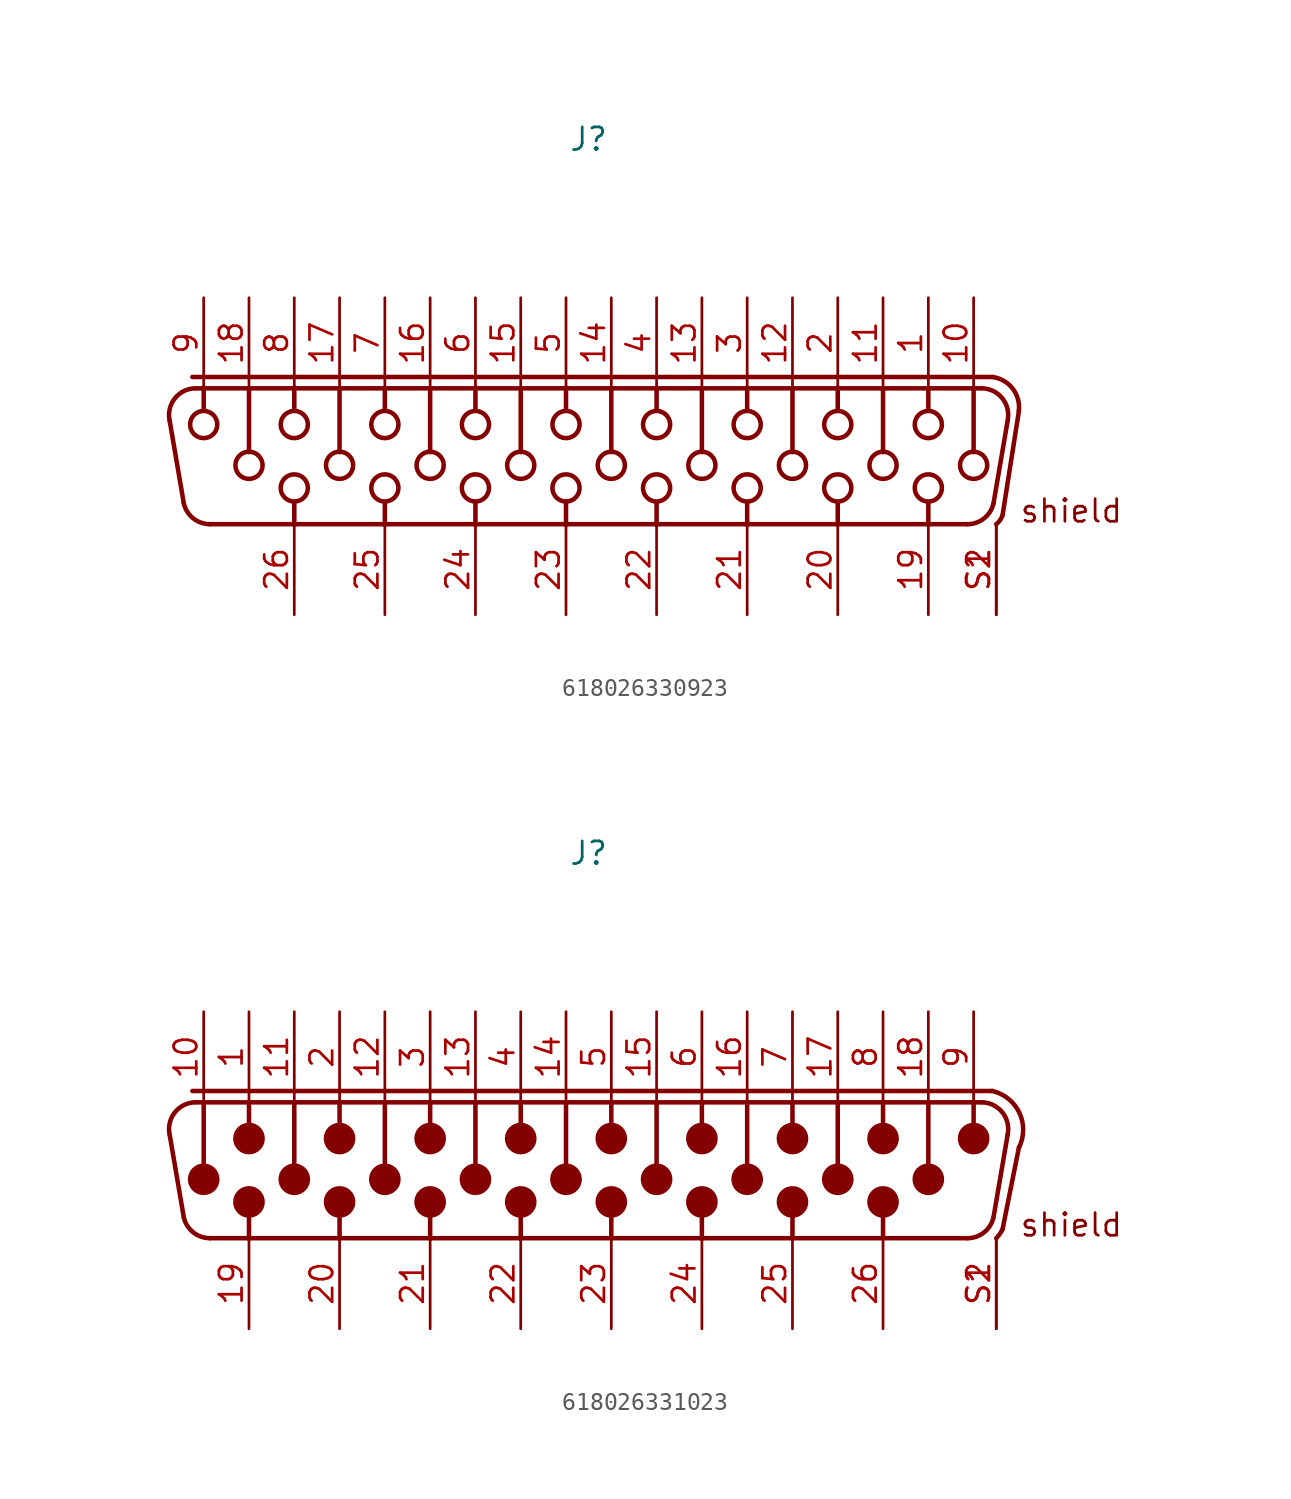
<source format=kicad_sym>
(kicad_symbol_lib
  (version 20241209)
  (generator "kicad_symbol_editor")
  (generator_version "9.0")
  (symbol "618026330923"
    (pin_names
      (hide yes))
    (property "Reference" "J"
      (at 0 17.78 0)
      (effects (font (size 1.27 1.27))))
    (symbol "618026330923_1_0"
      (polyline (pts (xy -22.703 -2.655) (xy -23.494 1.965)) (stroke (width 0.254) (type solid)) (fill (type none)))
      (polyline (pts (xy -22.225 4.445) (xy 22.63 4.445)) (stroke (width 0.254) (type solid)) (fill (type none)))
      (polyline (pts (xy -22.034 3.81) (xy 22.034 3.81)) (stroke (width 0.254) (type solid)) (fill (type none)))
      (arc (start -23.4942 1.965) (mid -23.2107 3.2407) (end -22.0343 3.81) (stroke (width 0.254) (type solid)) (fill (type none)))
      (polyline (pts (xy -21.59 3.85) (xy -21.59 2.57)) (stroke (width 0.254) (type solid)) (fill (type none)))
      (circle (center -21.59 1.778) (radius 0.762) (stroke (width 0.254) (type solid)) (fill (type none)))
      (arc (start -21.243 -3.81) (mid -22.1738 -3.4862) (end -22.7028 -2.6547) (stroke (width 0.254) (type solid)) (fill (type none)))
      (polyline (pts (xy -19.05 3.81) (xy -19.05 0.23)) (stroke (width 0.254) (type solid)) (fill (type none)))
      (circle (center -19.05 -0.508) (radius 0.762) (stroke (width 0.254) (type solid)) (fill (type none)))
      (polyline (pts (xy -16.51 3.85) (xy -16.51 2.57)) (stroke (width 0.254) (type solid)) (fill (type none)))
      (circle (center -16.51 1.778) (radius 0.762) (stroke (width 0.254) (type solid)) (fill (type none)))
      (circle (center -16.51 -1.778) (radius 0.762) (stroke (width 0.254) (type solid)) (fill (type none)))
      (polyline (pts (xy -16.51 -3.85) (xy -16.51 -2.57)) (stroke (width 0.254) (type solid)) (fill (type none)))
      (polyline (pts (xy -13.97 3.81) (xy -13.97 0.23)) (stroke (width 0.254) (type solid)) (fill (type none)))
      (circle (center -13.97 -0.508) (radius 0.762) (stroke (width 0.254) (type solid)) (fill (type none)))
      (polyline (pts (xy -11.43 3.85) (xy -11.43 2.57)) (stroke (width 0.254) (type solid)) (fill (type none)))
      (circle (center -11.43 1.778) (radius 0.762) (stroke (width 0.254) (type solid)) (fill (type none)))
      (circle (center -11.43 -1.778) (radius 0.762) (stroke (width 0.254) (type solid)) (fill (type none)))
      (polyline (pts (xy -11.43 -3.85) (xy -11.43 -2.57)) (stroke (width 0.254) (type solid)) (fill (type none)))
      (polyline (pts (xy -8.89 3.81) (xy -8.89 0.23)) (stroke (width 0.254) (type solid)) (fill (type none)))
      (circle (center -8.89 -0.508) (radius 0.762) (stroke (width 0.254) (type solid)) (fill (type none)))
      (polyline (pts (xy -6.35 3.85) (xy -6.35 2.57)) (stroke (width 0.254) (type solid)) (fill (type none)))
      (circle (center -6.35 1.778) (radius 0.762) (stroke (width 0.254) (type solid)) (fill (type none)))
      (circle (center -6.35 -1.778) (radius 0.762) (stroke (width 0.254) (type solid)) (fill (type none)))
      (polyline (pts (xy -6.35 -3.85) (xy -6.35 -2.57)) (stroke (width 0.254) (type solid)) (fill (type none)))
      (polyline (pts (xy -3.81 3.81) (xy -3.81 0.23)) (stroke (width 0.254) (type solid)) (fill (type none)))
      (circle (center -3.81 -0.508) (radius 0.762) (stroke (width 0.254) (type solid)) (fill (type none)))
      (polyline (pts (xy -1.27 3.85) (xy -1.27 2.57)) (stroke (width 0.254) (type solid)) (fill (type none)))
      (circle (center -1.27 1.778) (radius 0.762) (stroke (width 0.254) (type solid)) (fill (type none)))
      (circle (center -1.27 -1.778) (radius 0.762) (stroke (width 0.254) (type solid)) (fill (type none)))
      (polyline (pts (xy -1.27 -3.85) (xy -1.27 -2.57)) (stroke (width 0.254) (type solid)) (fill (type none)))
      (polyline (pts (xy 1.27 3.81) (xy 1.27 0.23)) (stroke (width 0.254) (type solid)) (fill (type none)))
      (circle (center 1.27 -0.508) (radius 0.762) (stroke (width 0.254) (type solid)) (fill (type none)))
      (polyline (pts (xy 3.81 3.85) (xy 3.81 2.57)) (stroke (width 0.254) (type solid)) (fill (type none)))
      (circle (center 3.81 1.778) (radius 0.762) (stroke (width 0.254) (type solid)) (fill (type none)))
      (circle (center 3.81 -1.778) (radius 0.762) (stroke (width 0.254) (type solid)) (fill (type none)))
      (polyline (pts (xy 3.81 -3.85) (xy 3.81 -2.57)) (stroke (width 0.254) (type solid)) (fill (type none)))
      (polyline (pts (xy 6.35 3.81) (xy 6.35 0.23)) (stroke (width 0.254) (type solid)) (fill (type none)))
      (circle (center 6.35 -0.508) (radius 0.762) (stroke (width 0.254) (type solid)) (fill (type none)))
      (polyline (pts (xy 8.89 3.85) (xy 8.89 2.57)) (stroke (width 0.254) (type solid)) (fill (type none)))
      (circle (center 8.89 1.778) (radius 0.762) (stroke (width 0.254) (type solid)) (fill (type none)))
      (circle (center 8.89 -1.778) (radius 0.762) (stroke (width 0.254) (type solid)) (fill (type none)))
      (polyline (pts (xy 8.89 -3.85) (xy 8.89 -2.57)) (stroke (width 0.254) (type solid)) (fill (type none)))
      (polyline (pts (xy 11.43 3.81) (xy 11.43 0.23)) (stroke (width 0.254) (type solid)) (fill (type none)))
      (circle (center 11.43 -0.508) (radius 0.762) (stroke (width 0.254) (type solid)) (fill (type none)))
      (polyline (pts (xy 13.97 3.85) (xy 13.97 2.57)) (stroke (width 0.254) (type solid)) (fill (type none)))
      (circle (center 13.97 1.778) (radius 0.762) (stroke (width 0.254) (type solid)) (fill (type none)))
      (circle (center 13.97 -1.778) (radius 0.762) (stroke (width 0.254) (type solid)) (fill (type none)))
      (polyline (pts (xy 13.97 -3.85) (xy 13.97 -2.57)) (stroke (width 0.254) (type solid)) (fill (type none)))
      (polyline (pts (xy 16.51 3.81) (xy 16.51 0.23)) (stroke (width 0.254) (type solid)) (fill (type none)))
      (circle (center 16.51 -0.508) (radius 0.762) (stroke (width 0.254) (type solid)) (fill (type none)))
      (polyline (pts (xy 19.05 3.85) (xy 19.05 2.57)) (stroke (width 0.254) (type solid)) (fill (type none)))
      (circle (center 19.05 1.778) (radius 0.762) (stroke (width 0.254) (type solid)) (fill (type none)))
      (circle (center 19.05 -1.778) (radius 0.762) (stroke (width 0.254) (type solid)) (fill (type none)))
      (polyline (pts (xy 19.05 -3.85) (xy 19.05 -2.57)) (stroke (width 0.254) (type solid)) (fill (type none)))
      (arc (start 22.7028 -2.6548) (mid 22.1737 -3.4863) (end 21.2429 -3.81) (stroke (width 0.254) (type solid)) (fill (type none)))
      (polyline (pts (xy 21.243 -3.81) (xy -21.243 -3.81)) (stroke (width 0.254) (type solid)) (fill (type none)))
      (polyline (pts (xy 21.59 3.81) (xy 21.59 0.23)) (stroke (width 0.254) (type solid)) (fill (type none)))
      (circle (center 21.59 -0.508) (radius 0.762) (stroke (width 0.254) (type solid)) (fill (type none)))
      (arc (start 22.0343 3.81) (mid 23.2107 3.2407) (end 23.4942 1.965) (stroke (width 0.254) (type solid)) (fill (type none)))
      (arc (start 23.2139 -3.3037) (mid 23.0748 -3.5833) (end 22.86 -3.81) (stroke (width 0.254) (type solid)) (fill (type none)))
      (arc (start 22.63 4.445) (mid 23.7764 3.8046) (end 24.13 2.54) (stroke (width 0.254) (type solid)) (fill (type none)))
      (polyline (pts (xy 23.214 -3.304) (xy 24.13 2.54)) (stroke (width 0.254) (type solid)) (fill (type none)))
      (polyline (pts (xy 23.494 1.965) (xy 22.703 -2.655)) (stroke (width 0.254) (type solid)) (fill (type none)))
      (pin passive line (at -21.59 8.89 270) (length 5.08) (name "9" (effects (font (size 1.27 1.27)))) (number "9" (effects (font (size 1.27 1.27)))))
      (pin passive line (at -19.05 8.89 270) (length 5.08) (name "18" (effects (font (size 1.27 1.27)))) (number "18" (effects (font (size 1.27 1.27)))))
      (pin passive line (at -16.51 8.89 270) (length 5.08) (name "8" (effects (font (size 1.27 1.27)))) (number "8" (effects (font (size 1.27 1.27)))))
      (pin passive line (at -16.51 -8.89 90) (length 5.08) (name "26" (effects (font (size 1.27 1.27)))) (number "26" (effects (font (size 1.27 1.27)))))
      (pin passive line (at -13.97 8.89 270) (length 5.08) (name "17" (effects (font (size 1.27 1.27)))) (number "17" (effects (font (size 1.27 1.27)))))
      (pin passive line (at -11.43 8.89 270) (length 5.08) (name "7" (effects (font (size 1.27 1.27)))) (number "7" (effects (font (size 1.27 1.27)))))
      (pin passive line (at -11.43 -8.89 90) (length 5.08) (name "25" (effects (font (size 1.27 1.27)))) (number "25" (effects (font (size 1.27 1.27)))))
      (pin passive line (at -8.89 8.89 270) (length 5.08) (name "16" (effects (font (size 1.27 1.27)))) (number "16" (effects (font (size 1.27 1.27)))))
      (pin passive line (at -6.35 8.89 270) (length 5.08) (name "6" (effects (font (size 1.27 1.27)))) (number "6" (effects (font (size 1.27 1.27)))))
      (pin passive line (at -6.35 -8.89 90) (length 5.08) (name "24" (effects (font (size 1.27 1.27)))) (number "24" (effects (font (size 1.27 1.27)))))
      (pin passive line (at -3.81 8.89 270) (length 5.08) (name "15" (effects (font (size 1.27 1.27)))) (number "15" (effects (font (size 1.27 1.27)))))
      (pin passive line (at -1.27 8.89 270) (length 5.08) (name "5" (effects (font (size 1.27 1.27)))) (number "5" (effects (font (size 1.27 1.27)))))
      (pin passive line (at -1.27 -8.89 90) (length 5.08) (name "23" (effects (font (size 1.27 1.27)))) (number "23" (effects (font (size 1.27 1.27)))))
      (pin passive line (at 1.27 8.89 270) (length 5.08) (name "14" (effects (font (size 1.27 1.27)))) (number "14" (effects (font (size 1.27 1.27)))))
      (pin passive line (at 3.81 8.89 270) (length 5.08) (name "4" (effects (font (size 1.27 1.27)))) (number "4" (effects (font (size 1.27 1.27)))))
      (pin passive line (at 3.81 -8.89 90) (length 5.08) (name "22" (effects (font (size 1.27 1.27)))) (number "22" (effects (font (size 1.27 1.27)))))
      (pin passive line (at 6.35 8.89 270) (length 5.08) (name "13" (effects (font (size 1.27 1.27)))) (number "13" (effects (font (size 1.27 1.27)))))
      (pin passive line (at 8.89 8.89 270) (length 5.08) (name "3" (effects (font (size 1.27 1.27)))) (number "3" (effects (font (size 1.27 1.27)))))
      (pin passive line (at 8.89 -8.89 90) (length 5.08) (name "21" (effects (font (size 1.27 1.27)))) (number "21" (effects (font (size 1.27 1.27)))))
      (pin passive line (at 11.43 8.89 270) (length 5.08) (name "12" (effects (font (size 1.27 1.27)))) (number "12" (effects (font (size 1.27 1.27)))))
      (pin passive line (at 13.97 8.89 270) (length 5.08) (name "2" (effects (font (size 1.27 1.27)))) (number "2" (effects (font (size 1.27 1.27)))))
      (pin passive line (at 13.97 -8.89 90) (length 5.08) (name "20" (effects (font (size 1.27 1.27)))) (number "20" (effects (font (size 1.27 1.27)))))
      (pin passive line (at 16.51 8.89 270) (length 5.08) (name "11" (effects (font (size 1.27 1.27)))) (number "11" (effects (font (size 1.27 1.27)))))
      (pin passive line (at 19.05 8.89 270) (length 5.08) (name "1" (effects (font (size 1.27 1.27)))) (number "1" (effects (font (size 1.27 1.27)))))
      (pin passive line (at 19.05 -8.89 90) (length 5.08) (name "19" (effects (font (size 1.27 1.27)))) (number "19" (effects (font (size 1.27 1.27)))))
      (pin passive line (at 21.59 8.89 270) (length 5.08) (name "10" (effects (font (size 1.27 1.27)))) (number "10" (effects (font (size 1.27 1.27)))))
      (pin passive line (at 22.86 -8.89 90) (length 5.08) (name "SHIELD" (effects (font (size 1.27 1.27)))) (number "S1" (effects (font (size 1.27 1.27)))))
      (pin passive line (at 22.86 -8.89 90) (length 5.08) (name "SHIELD" (effects (font (size 1.27 1.27)))) (number "S2" (effects (font (size 1.27 1.27))))))
    (symbol "618026330923_1_1"
      (text "shield" (at 24.13 -3.81 0) (effects (font (size 1.27 1.27)) (justify left bottom)))))
  (symbol "618026331023"
    (pin_names
      (hide yes))
    (property "Reference" "J"
      (at 0 17.78 0)
      (effects (font (size 1.27 1.27))))
    (symbol "618026331023_1_0"
      (polyline (pts (xy -22.703 -2.655) (xy -23.494 1.965)) (stroke (width 0.254) (type solid)) (fill (type none)))
      (polyline (pts (xy -22.225 4.445) (xy 22.63 4.445)) (stroke (width 0.254) (type solid)) (fill (type none)))
      (polyline (pts (xy -22.034 3.81) (xy 22.034 3.81)) (stroke (width 0.254) (type solid)) (fill (type none)))
      (arc (start -23.4942 1.965) (mid -23.2107 3.2407) (end -22.0343 3.81) (stroke (width 0.254) (type solid)) (fill (type none)))
      (polyline (pts (xy -21.59 3.81) (xy -21.59 -0.87)) (stroke (width 0.254) (type solid)) (fill (type none)))
      (circle (center -21.59 -0.508) (radius 0.762) (stroke (width 0.254) (type solid)) (fill (type outline)))
      (arc (start -21.243 -3.81) (mid -22.1738 -3.4862) (end -22.7028 -2.6547) (stroke (width 0.254) (type solid)) (fill (type none)))
      (polyline (pts (xy -19.05 3.85) (xy -19.05 1.67)) (stroke (width 0.254) (type solid)) (fill (type none)))
      (circle (center -19.05 1.778) (radius 0.762) (stroke (width 0.254) (type solid)) (fill (type outline)))
      (circle (center -19.05 -1.778) (radius 0.762) (stroke (width 0.254) (type solid)) (fill (type outline)))
      (polyline (pts (xy -19.05 -3.85) (xy -19.05 -1.67)) (stroke (width 0.254) (type solid)) (fill (type none)))
      (polyline (pts (xy -16.51 3.81) (xy -16.51 -0.87)) (stroke (width 0.254) (type solid)) (fill (type none)))
      (circle (center -16.51 -0.508) (radius 0.762) (stroke (width 0.254) (type solid)) (fill (type outline)))
      (polyline (pts (xy -13.97 3.85) (xy -13.97 1.67)) (stroke (width 0.254) (type solid)) (fill (type none)))
      (circle (center -13.97 1.778) (radius 0.762) (stroke (width 0.254) (type solid)) (fill (type outline)))
      (circle (center -13.97 -1.778) (radius 0.762) (stroke (width 0.254) (type solid)) (fill (type outline)))
      (polyline (pts (xy -13.97 -3.85) (xy -13.97 -1.67)) (stroke (width 0.254) (type solid)) (fill (type none)))
      (polyline (pts (xy -11.43 3.81) (xy -11.43 -0.87)) (stroke (width 0.254) (type solid)) (fill (type none)))
      (circle (center -11.43 -0.508) (radius 0.762) (stroke (width 0.254) (type solid)) (fill (type outline)))
      (polyline (pts (xy -8.89 3.85) (xy -8.89 1.67)) (stroke (width 0.254) (type solid)) (fill (type none)))
      (circle (center -8.89 1.778) (radius 0.762) (stroke (width 0.254) (type solid)) (fill (type outline)))
      (circle (center -8.89 -1.778) (radius 0.762) (stroke (width 0.254) (type solid)) (fill (type outline)))
      (polyline (pts (xy -8.89 -3.85) (xy -8.89 -1.67)) (stroke (width 0.254) (type solid)) (fill (type none)))
      (polyline (pts (xy -6.35 3.81) (xy -6.35 -0.87)) (stroke (width 0.254) (type solid)) (fill (type none)))
      (circle (center -6.35 -0.508) (radius 0.762) (stroke (width 0.254) (type solid)) (fill (type outline)))
      (polyline (pts (xy -3.81 3.85) (xy -3.81 1.67)) (stroke (width 0.254) (type solid)) (fill (type none)))
      (circle (center -3.81 1.778) (radius 0.762) (stroke (width 0.254) (type solid)) (fill (type outline)))
      (circle (center -3.81 -1.778) (radius 0.762) (stroke (width 0.254) (type solid)) (fill (type outline)))
      (polyline (pts (xy -3.81 -3.85) (xy -3.81 -1.67)) (stroke (width 0.254) (type solid)) (fill (type none)))
      (polyline (pts (xy -1.27 3.81) (xy -1.27 -0.87)) (stroke (width 0.254) (type solid)) (fill (type none)))
      (circle (center -1.27 -0.508) (radius 0.762) (stroke (width 0.254) (type solid)) (fill (type outline)))
      (polyline (pts (xy 1.27 3.85) (xy 1.27 1.67)) (stroke (width 0.254) (type solid)) (fill (type none)))
      (circle (center 1.27 1.778) (radius 0.762) (stroke (width 0.254) (type solid)) (fill (type outline)))
      (circle (center 1.27 -1.778) (radius 0.762) (stroke (width 0.254) (type solid)) (fill (type outline)))
      (polyline (pts (xy 1.27 -3.85) (xy 1.27 -1.67)) (stroke (width 0.254) (type solid)) (fill (type none)))
      (polyline (pts (xy 3.81 3.81) (xy 3.81 -0.87)) (stroke (width 0.254) (type solid)) (fill (type none)))
      (circle (center 3.81 -0.508) (radius 0.762) (stroke (width 0.254) (type solid)) (fill (type outline)))
      (polyline (pts (xy 6.35 3.85) (xy 6.35 1.67)) (stroke (width 0.254) (type solid)) (fill (type none)))
      (circle (center 6.35 1.778) (radius 0.762) (stroke (width 0.254) (type solid)) (fill (type outline)))
      (circle (center 6.35 -1.778) (radius 0.762) (stroke (width 0.254) (type solid)) (fill (type outline)))
      (polyline (pts (xy 6.35 -3.85) (xy 6.35 -1.67)) (stroke (width 0.254) (type solid)) (fill (type none)))
      (polyline (pts (xy 8.89 3.81) (xy 8.89 -0.87)) (stroke (width 0.254) (type solid)) (fill (type none)))
      (circle (center 8.89 -0.508) (radius 0.762) (stroke (width 0.254) (type solid)) (fill (type outline)))
      (polyline (pts (xy 11.43 3.85) (xy 11.43 1.67)) (stroke (width 0.254) (type solid)) (fill (type none)))
      (circle (center 11.43 1.778) (radius 0.762) (stroke (width 0.254) (type solid)) (fill (type outline)))
      (circle (center 11.43 -1.778) (radius 0.762) (stroke (width 0.254) (type solid)) (fill (type outline)))
      (polyline (pts (xy 11.43 -3.85) (xy 11.43 -1.67)) (stroke (width 0.254) (type solid)) (fill (type none)))
      (polyline (pts (xy 13.97 3.81) (xy 13.97 -0.87)) (stroke (width 0.254) (type solid)) (fill (type none)))
      (circle (center 13.97 -0.508) (radius 0.762) (stroke (width 0.254) (type solid)) (fill (type outline)))
      (polyline (pts (xy 16.51 3.85) (xy 16.51 1.67)) (stroke (width 0.254) (type solid)) (fill (type none)))
      (circle (center 16.51 1.778) (radius 0.762) (stroke (width 0.254) (type solid)) (fill (type outline)))
      (circle (center 16.51 -1.778) (radius 0.762) (stroke (width 0.254) (type solid)) (fill (type outline)))
      (polyline (pts (xy 16.51 -3.85) (xy 16.51 -1.67)) (stroke (width 0.254) (type solid)) (fill (type none)))
      (polyline (pts (xy 19.05 3.81) (xy 19.05 -0.87)) (stroke (width 0.254) (type solid)) (fill (type none)))
      (circle (center 19.05 -0.508) (radius 0.762) (stroke (width 0.254) (type solid)) (fill (type outline)))
      (arc (start 22.7028 -2.6548) (mid 22.1737 -3.4863) (end 21.2429 -3.81) (stroke (width 0.254) (type solid)) (fill (type none)))
      (polyline (pts (xy 21.243 -3.81) (xy -21.243 -3.81)) (stroke (width 0.254) (type solid)) (fill (type none)))
      (polyline (pts (xy 21.59 3.85) (xy 21.59 1.67)) (stroke (width 0.254) (type solid)) (fill (type none)))
      (circle (center 21.59 1.778) (radius 0.762) (stroke (width 0.254) (type solid)) (fill (type outline)))
      (arc (start 23.2139 -3.3037) (mid 23.0589 -3.5722) (end 22.86 -3.81) (stroke (width 0.254) (type solid)) (fill (type none)))
      (arc (start 22.0343 3.81) (mid 23.2107 3.2407) (end 23.4942 1.965) (stroke (width 0.254) (type solid)) (fill (type none)))
      (arc (start 22.63 4.445) (mid 24.1551 3.2237) (end 24.13 1.27) (stroke (width 0.254) (type solid)) (fill (type none)))
      (polyline (pts (xy 23.214 -3.304) (xy 24.13 1.27)) (stroke (width 0.254) (type solid)) (fill (type none)))
      (polyline (pts (xy 23.494 1.965) (xy 22.703 -2.655)) (stroke (width 0.254) (type solid)) (fill (type none)))
      (pin passive line (at -21.59 8.89 270) (length 5.08) (name "10" (effects (font (size 1.27 1.27)))) (number "10" (effects (font (size 1.27 1.27)))))
      (pin passive line (at -19.05 8.89 270) (length 5.08) (name "1" (effects (font (size 1.27 1.27)))) (number "1" (effects (font (size 1.27 1.27)))))
      (pin passive line (at -19.05 -8.89 90) (length 5.08) (name "19" (effects (font (size 1.27 1.27)))) (number "19" (effects (font (size 1.27 1.27)))))
      (pin passive line (at -16.51 8.89 270) (length 5.08) (name "11" (effects (font (size 1.27 1.27)))) (number "11" (effects (font (size 1.27 1.27)))))
      (pin passive line (at -13.97 8.89 270) (length 5.08) (name "2" (effects (font (size 1.27 1.27)))) (number "2" (effects (font (size 1.27 1.27)))))
      (pin passive line (at -13.97 -8.89 90) (length 5.08) (name "20" (effects (font (size 1.27 1.27)))) (number "20" (effects (font (size 1.27 1.27)))))
      (pin passive line (at -11.43 8.89 270) (length 5.08) (name "12" (effects (font (size 1.27 1.27)))) (number "12" (effects (font (size 1.27 1.27)))))
      (pin passive line (at -8.89 8.89 270) (length 5.08) (name "3" (effects (font (size 1.27 1.27)))) (number "3" (effects (font (size 1.27 1.27)))))
      (pin passive line (at -8.89 -8.89 90) (length 5.08) (name "21" (effects (font (size 1.27 1.27)))) (number "21" (effects (font (size 1.27 1.27)))))
      (pin passive line (at -6.35 8.89 270) (length 5.08) (name "13" (effects (font (size 1.27 1.27)))) (number "13" (effects (font (size 1.27 1.27)))))
      (pin passive line (at -3.81 8.89 270) (length 5.08) (name "4" (effects (font (size 1.27 1.27)))) (number "4" (effects (font (size 1.27 1.27)))))
      (pin passive line (at -3.81 -8.89 90) (length 5.08) (name "22" (effects (font (size 1.27 1.27)))) (number "22" (effects (font (size 1.27 1.27)))))
      (pin passive line (at -1.27 8.89 270) (length 5.08) (name "14" (effects (font (size 1.27 1.27)))) (number "14" (effects (font (size 1.27 1.27)))))
      (pin passive line (at 1.27 8.89 270) (length 5.08) (name "5" (effects (font (size 1.27 1.27)))) (number "5" (effects (font (size 1.27 1.27)))))
      (pin passive line (at 1.27 -8.89 90) (length 5.08) (name "23" (effects (font (size 1.27 1.27)))) (number "23" (effects (font (size 1.27 1.27)))))
      (pin passive line (at 3.81 8.89 270) (length 5.08) (name "15" (effects (font (size 1.27 1.27)))) (number "15" (effects (font (size 1.27 1.27)))))
      (pin passive line (at 6.35 8.89 270) (length 5.08) (name "6" (effects (font (size 1.27 1.27)))) (number "6" (effects (font (size 1.27 1.27)))))
      (pin passive line (at 6.35 -8.89 90) (length 5.08) (name "24" (effects (font (size 1.27 1.27)))) (number "24" (effects (font (size 1.27 1.27)))))
      (pin passive line (at 8.89 8.89 270) (length 5.08) (name "16" (effects (font (size 1.27 1.27)))) (number "16" (effects (font (size 1.27 1.27)))))
      (pin passive line (at 11.43 8.89 270) (length 5.08) (name "7" (effects (font (size 1.27 1.27)))) (number "7" (effects (font (size 1.27 1.27)))))
      (pin passive line (at 11.43 -8.89 90) (length 5.08) (name "25" (effects (font (size 1.27 1.27)))) (number "25" (effects (font (size 1.27 1.27)))))
      (pin passive line (at 13.97 8.89 270) (length 5.08) (name "17" (effects (font (size 1.27 1.27)))) (number "17" (effects (font (size 1.27 1.27)))))
      (pin passive line (at 16.51 8.89 270) (length 5.08) (name "8" (effects (font (size 1.27 1.27)))) (number "8" (effects (font (size 1.27 1.27)))))
      (pin passive line (at 16.51 -8.89 90) (length 5.08) (name "26" (effects (font (size 1.27 1.27)))) (number "26" (effects (font (size 1.27 1.27)))))
      (pin passive line (at 19.05 8.89 270) (length 5.08) (name "18" (effects (font (size 1.27 1.27)))) (number "18" (effects (font (size 1.27 1.27)))))
      (pin passive line (at 21.59 8.89 270) (length 5.08) (name "9" (effects (font (size 1.27 1.27)))) (number "9" (effects (font (size 1.27 1.27)))))
      (pin passive line (at 22.86 -8.89 90) (length 5.08) (name "SHIELD" (effects (font (size 1.27 1.27)))) (number "S1" (effects (font (size 1.27 1.27)))))
      (pin passive line (at 22.86 -8.89 90) (length 5.08) (name "SHIELD" (effects (font (size 1.27 1.27)))) (number "S2" (effects (font (size 1.27 1.27))))))
    (symbol "618026331023_1_1"
      (text "shield" (at 24.13 -3.81 0) (effects (font (size 1.27 1.27)) (justify left bottom))))))
</source>
